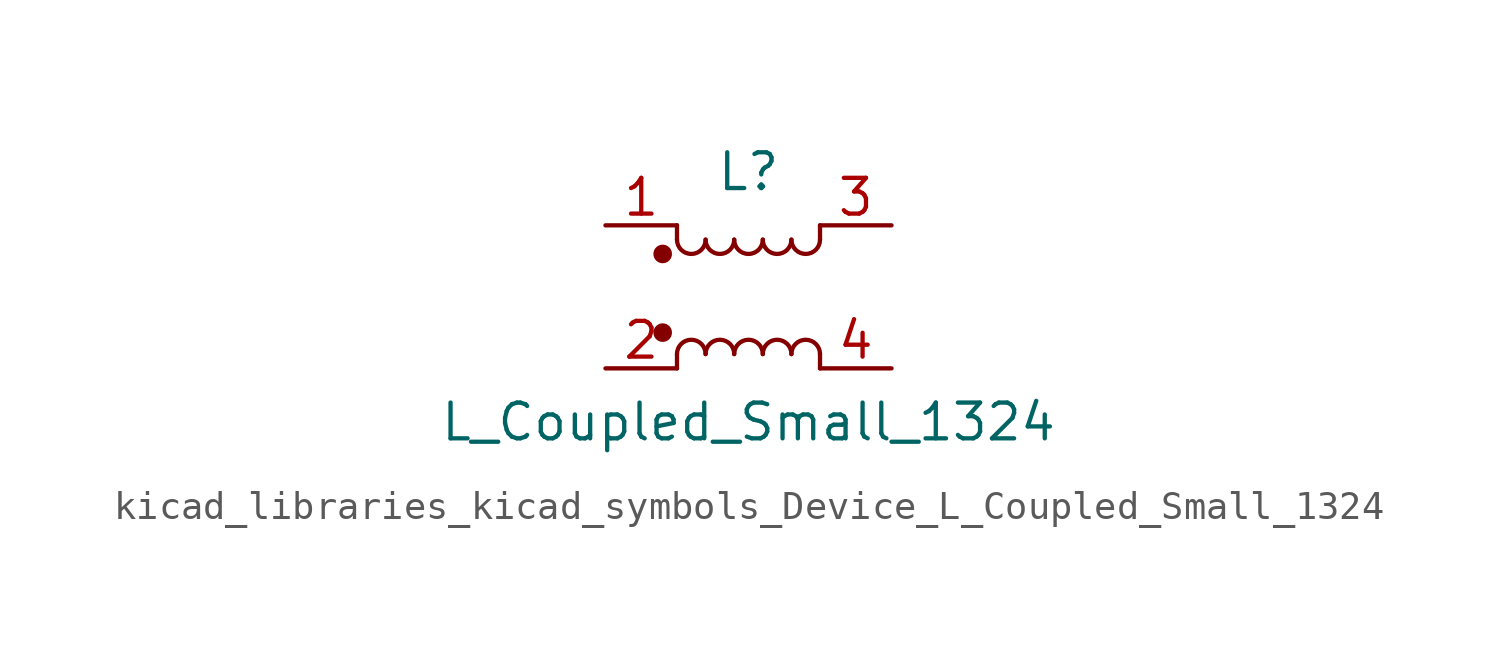
<source format=kicad_sym>
(kicad_symbol_lib
  (version 20220914)
  (generator kicad_symbol_editor)
  (symbol "kicad_libraries_kicad_symbols_Device_L_Coupled_Small_1324"
    (pin_names
      (offset 0.254) hide)
    (property "Reference" "L"
      (at 0 4.445 0)
      (effects (font (size 1.27 1.27))))
    (property "Value" "L_Coupled_Small_1324"
      (at 0 -4.445 0)
      (effects (font (size 1.27 1.27))))
    (symbol "kicad_libraries_kicad_symbols_Device_L_Coupled_Small_1324_0_1"
      (circle (center -3.048 -1.27) (radius 0.254) (stroke (width 0) (type default)) (fill (type outline)))
      (circle (center -3.048 1.524) (radius 0.254) (stroke (width 0) (type default)) (fill (type outline)))
      (arc (start -2.54 2.032) (mid -2.032 1.5262) (end -1.524 2.032) (stroke (width 0) (type default)) (fill (type none)))
      (arc (start -1.524 -2.032) (mid -2.032 -1.5262) (end -2.54 -2.032) (stroke (width 0) (type default)) (fill (type none)))
      (arc (start -1.524 2.032) (mid -1.016 1.5262) (end -0.508 2.032) (stroke (width 0) (type default)) (fill (type none)))
      (arc (start -0.508 -2.032) (mid -1.016 -1.5262) (end -1.524 -2.032) (stroke (width 0) (type default)) (fill (type none)))
      (arc (start -0.508 2.032) (mid 0 1.5262) (end 0.508 2.032) (stroke (width 0) (type default)) (fill (type none)))
      (polyline (pts (xy -2.54 -2.032) (xy -2.54 -2.54)) (stroke (width 0) (type default)) (fill (type none)))
      (polyline (pts (xy -2.54 2.032) (xy -2.54 2.54)) (stroke (width 0) (type default)) (fill (type none)))
      (polyline (pts (xy 2.54 -2.032) (xy 2.54 -2.54)) (stroke (width 0) (type default)) (fill (type none)))
      (polyline (pts (xy 2.54 2.54) (xy 2.54 2.032)) (stroke (width 0) (type default)) (fill (type none)))
      (arc (start 0.508 -2.032) (mid 0 -1.5262) (end -0.508 -2.032) (stroke (width 0) (type default)) (fill (type none)))
      (arc (start 0.508 2.032) (mid 1.016 1.5262) (end 1.524 2.032) (stroke (width 0) (type default)) (fill (type none)))
      (arc (start 1.524 -2.032) (mid 1.016 -1.5262) (end 0.508 -2.032) (stroke (width 0) (type default)) (fill (type none)))
      (arc (start 1.524 2.032) (mid 2.032 1.5262) (end 2.54 2.032) (stroke (width 0) (type default)) (fill (type none)))
      (arc (start 2.54 -2.032) (mid 2.032 -1.5262) (end 1.524 -2.032) (stroke (width 0) (type default)) (fill (type none))))
    (symbol "kicad_libraries_kicad_symbols_Device_L_Coupled_Small_1324_1_1"
      (pin passive line (at -5.08 2.54 0) (length 2.54) (name "1" (effects (font (size 1.27 1.27)))) (number "1" (effects (font (size 1.27 1.27)))))
      (pin passive line (at -5.08 -2.54 0) (length 2.54) (name "2" (effects (font (size 1.27 1.27)))) (number "2" (effects (font (size 1.27 1.27)))))
      (pin passive line (at 5.08 2.54 180) (length 2.54) (name "3" (effects (font (size 1.27 1.27)))) (number "3" (effects (font (size 1.27 1.27)))))
      (pin passive line (at 5.08 -2.54 180) (length 2.54) (name "4" (effects (font (size 1.27 1.27)))) (number "4" (effects (font (size 1.27 1.27))))))))
</source>
